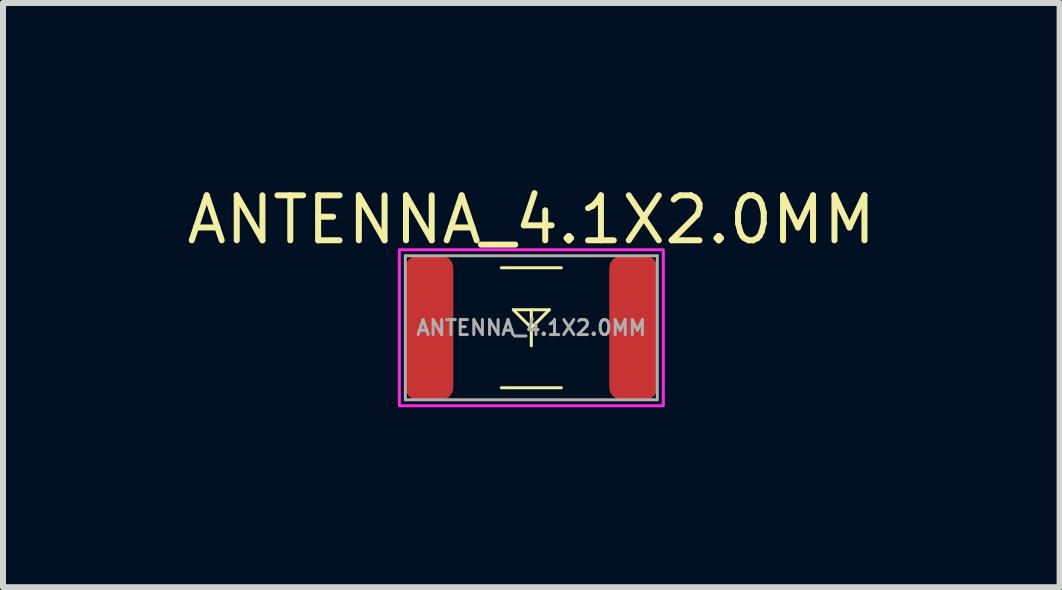
<source format=kicad_pcb>
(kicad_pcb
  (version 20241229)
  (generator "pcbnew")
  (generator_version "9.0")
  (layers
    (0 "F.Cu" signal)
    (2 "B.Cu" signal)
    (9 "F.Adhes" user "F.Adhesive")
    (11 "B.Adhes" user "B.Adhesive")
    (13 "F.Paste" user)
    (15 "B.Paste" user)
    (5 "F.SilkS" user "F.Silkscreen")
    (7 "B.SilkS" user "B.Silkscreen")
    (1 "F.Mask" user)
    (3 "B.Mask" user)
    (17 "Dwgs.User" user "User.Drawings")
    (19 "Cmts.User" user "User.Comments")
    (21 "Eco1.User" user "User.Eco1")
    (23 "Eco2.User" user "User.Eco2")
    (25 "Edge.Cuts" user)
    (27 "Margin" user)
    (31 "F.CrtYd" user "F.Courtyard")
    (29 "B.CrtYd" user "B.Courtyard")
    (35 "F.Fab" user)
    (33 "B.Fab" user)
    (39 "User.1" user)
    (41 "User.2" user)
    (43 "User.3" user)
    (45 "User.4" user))
  (footprint "ANTENNA_4.1X2.0MM"
    (layer "F.Cu")
    (at 5.807 2.414)
    (property "Reference" "ANTENNA_4.1X2.0MM" (at 0 -1.8 0) (unlocked yes) (layer "F.SilkS") (effects (font (size 0.75 0.75) (thickness 0.1))))
    (attr smd)
    (fp_line (start -0.5 -1) (end 0.5 -1) (stroke (width 0.05) (type solid)) (layer "F.SilkS"))
    (fp_line (start -0.5 1) (end 0.5 1) (stroke (width 0.05) (type solid)) (layer "F.SilkS"))
    (fp_line (start -0.3 -0.3) (end 0.3 -0.3) (stroke (width 0.05) (type solid)) (layer "F.SilkS"))
    (fp_line (start 0 0) (end -0.3 -0.3) (stroke (width 0.05) (type solid)) (layer "F.SilkS"))
    (fp_line (start 0 0) (end 0 -0.3) (stroke (width 0.05) (type solid)) (layer "F.SilkS"))
    (fp_line (start 0 0.3) (end 0 0) (stroke (width 0.05) (type solid)) (layer "F.SilkS"))
    (fp_line (start 0.3 -0.3) (end 0 0) (stroke (width 0.05) (type solid)) (layer "F.SilkS"))
    (fp_rect (start -2.2 -1.3) (end 2.2 1.3) (stroke (width 0.05) (type solid)) (fill no) (layer "F.CrtYd"))
    (fp_line (start -2.1 -1.2) (end 2.1 -1.2) (stroke (width 0.05) (type solid)) (layer "F.Fab"))
    (fp_line (start -2.1 1.2) (end -2.1 -1.2) (stroke (width 0.05) (type solid)) (layer "F.Fab"))
    (fp_line (start 2.1 -1.2) (end 2.1 1.2) (stroke (width 0.05) (type solid)) (layer "F.Fab"))
    (fp_line (start 2.1 1.2) (end -2.1 1.2) (stroke (width 0.05) (type solid)) (layer "F.Fab"))
    (fp_text user "${REFERENCE}" (at 0 0 0) (unlocked yes) (layer "F.Fab") (effects (font (size 0.25 0.25) (thickness 0.05))))
    (pad "1" smd roundrect (at -1.7 0) (size 0.8 2.4) (layers "F.Cu" "F.Mask" "F.Paste") (roundrect_rratio 0.25))
    (pad "2" smd roundrect (at 1.7 0) (size 0.8 2.4) (layers "F.Cu" "F.Mask" "F.Paste") (roundrect_rratio 0.25)))
  (gr_rect
    (start -3 -3)
    (end 14.614 6.739)
    (stroke (width 0.1) (type default))
    (fill no)
    (layer "Edge.Cuts")))
</source>
